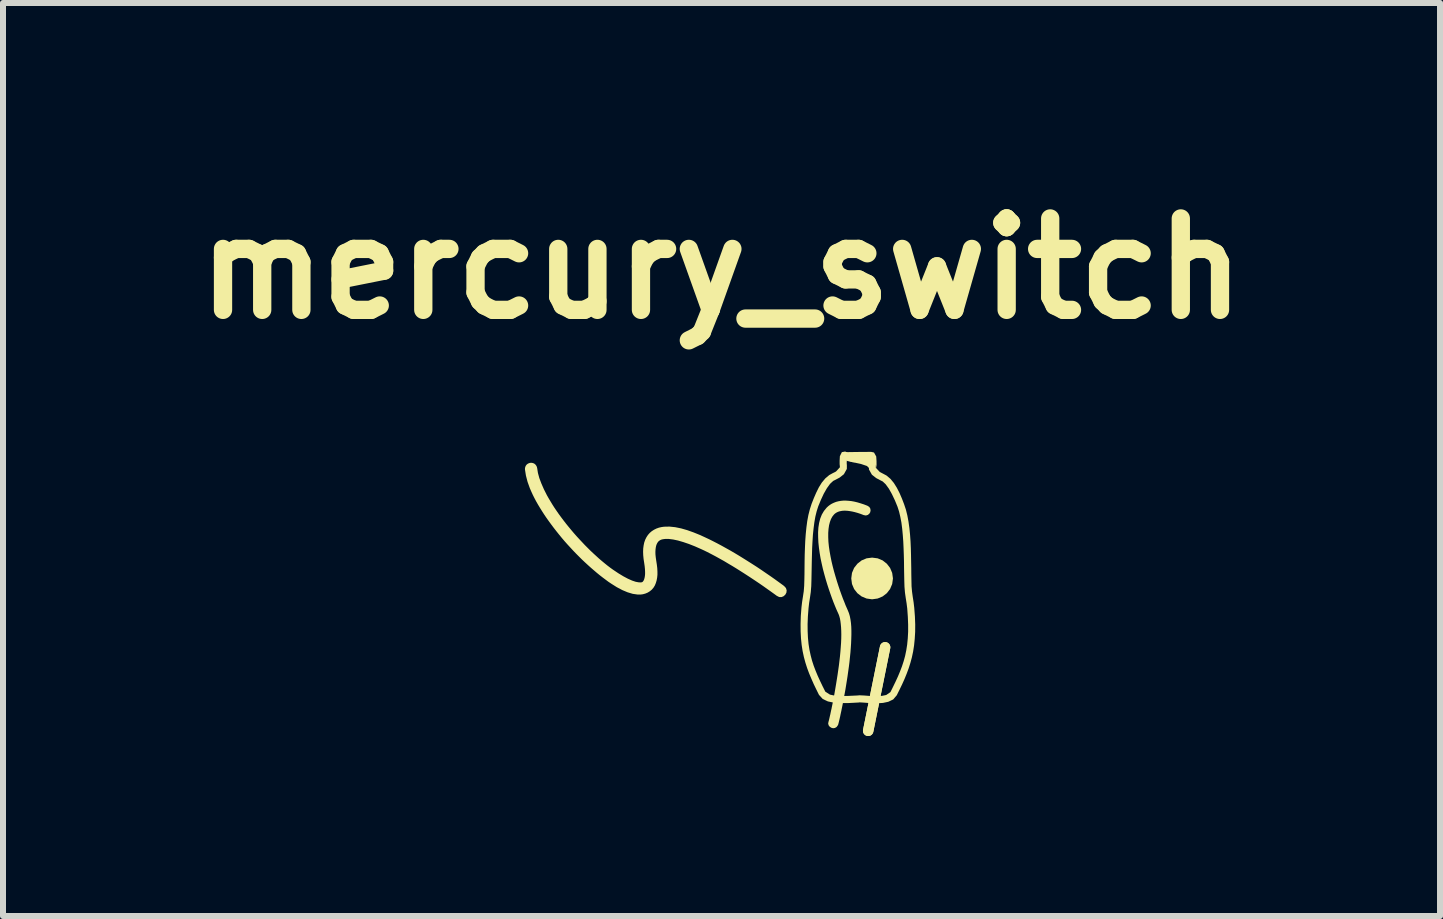
<source format=kicad_pcb>
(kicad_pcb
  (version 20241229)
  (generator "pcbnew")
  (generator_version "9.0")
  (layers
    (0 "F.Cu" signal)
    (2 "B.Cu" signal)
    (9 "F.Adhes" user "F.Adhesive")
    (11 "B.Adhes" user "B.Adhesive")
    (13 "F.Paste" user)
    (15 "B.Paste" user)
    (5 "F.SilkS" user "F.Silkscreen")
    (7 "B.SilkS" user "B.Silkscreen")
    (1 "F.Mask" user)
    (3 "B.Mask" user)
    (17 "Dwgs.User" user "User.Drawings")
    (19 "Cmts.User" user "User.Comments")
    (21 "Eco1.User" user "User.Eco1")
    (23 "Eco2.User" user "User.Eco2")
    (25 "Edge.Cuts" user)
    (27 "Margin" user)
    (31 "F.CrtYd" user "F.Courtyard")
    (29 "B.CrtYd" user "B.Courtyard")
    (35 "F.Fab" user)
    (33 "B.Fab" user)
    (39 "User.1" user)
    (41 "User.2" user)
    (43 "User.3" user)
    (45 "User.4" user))
  (footprint "mercury_switch"
    (layer "F.Cu")
    (at 8.977 6.803)
    (property "Reference" "mercury_switch" (at 0 -5.377 0) (layer "F.SilkS") (effects (font (size 1.524 1.524) (thickness 0.305))))
    (attr smd)
    (fp_line (start 2.445 2.329) (end 2.727 0.937) (stroke (width 0.174) (type solid)) (layer "F.SilkS"))
    (fp_line (start 2.727 0.937) (end 2.445 2.329) (stroke (width 0.174) (type solid)) (layer "F.SilkS"))
    (fp_poly (pts (xy 2.858 -0.211) (xy 2.845 -0.118) (xy 2.81 -0.035) (xy 2.756 0.035) (xy 2.686 0.089) (xy 2.603 0.124) (xy 2.51 0.137) (xy 2.418 0.124) (xy 2.335 0.089) (xy 2.265 0.035) (xy 2.21 -0.035) (xy 2.175 -0.118) (xy 2.163 -0.211) (xy 2.175 -0.303) (xy 2.21 -0.386) (xy 2.265 -0.456) (xy 2.335 -0.511) (xy 2.418 -0.546) (xy 2.51 -0.558) (xy 2.603 -0.546) (xy 2.686 -0.511) (xy 2.756 -0.456) (xy 2.81 -0.386) (xy 2.845 -0.303) (xy 2.858 -0.211)) (stroke (width 0) (type solid)) (fill yes) (layer "F.SilkS"))
    (fp_poly (pts (xy 2.06 -2.326) (xy 2.006 -2.316) (xy 1.973 -2.249) (xy 1.969 -2.174) (xy 1.969 -2.051) (xy 1.97 -2.082) (xy 1.973 -2.117) (xy 1.974 -2.064) (xy 1.908 -1.993) (xy 1.851 -1.964) (xy 1.796 -1.934) (xy 1.731 -1.879) (xy 1.673 -1.81) (xy 1.623 -1.73) (xy 1.579 -1.641) (xy 1.539 -1.549) (xy 1.502 -1.455) (xy 1.473 -1.365) (xy 1.448 -1.267) (xy 1.429 -1.165) (xy 1.415 -1.058) (xy 1.404 -0.948) (xy 1.396 -0.836) (xy 1.391 -0.723) (xy 1.387 -0.61) (xy 1.385 -0.498) (xy 1.384 -0.388) (xy 1.383 -0.282) (xy 1.381 -0.181) (xy 1.378 -0.086) (xy 1.371 0.002) (xy 1.358 0.089) (xy 1.344 0.178) (xy 1.333 0.271) (xy 1.322 0.415) (xy 1.318 0.549) (xy 1.319 0.673) (xy 1.325 0.789) (xy 1.336 0.897) (xy 1.352 1) (xy 1.373 1.098) (xy 1.398 1.191) (xy 1.427 1.282) (xy 1.46 1.371) (xy 1.497 1.459) (xy 1.536 1.548) (xy 1.579 1.637) (xy 1.625 1.73) (xy 1.688 1.799) (xy 1.773 1.839) (xy 1.869 1.859) (xy 1.97 1.867) (xy 2.103 1.867) (xy 2.218 1.861) (xy 2.291 1.857) (xy 2.345 1.827) (xy 2.345 1.77) (xy 2.291 1.739) (xy 2.207 1.743) (xy 2.097 1.748) (xy 1.974 1.749) (xy 1.884 1.742) (xy 1.808 1.726) (xy 1.731 1.677) (xy 1.685 1.586) (xy 1.643 1.498) (xy 1.604 1.413) (xy 1.569 1.329) (xy 1.537 1.245) (xy 1.509 1.159) (xy 1.486 1.071) (xy 1.466 0.979) (xy 1.451 0.882) (xy 1.441 0.779) (xy 1.436 0.669) (xy 1.435 0.55) (xy 1.44 0.422) (xy 1.451 0.282) (xy 1.461 0.195) (xy 1.475 0.107) (xy 1.488 0.016) (xy 1.496 -0.081) (xy 1.499 -0.179) (xy 1.501 -0.282) (xy 1.503 -0.388) (xy 1.505 -0.498) (xy 1.508 -0.61) (xy 1.511 -0.721) (xy 1.517 -0.832) (xy 1.524 -0.941) (xy 1.535 -1.047) (xy 1.548 -1.148) (xy 1.565 -1.244) (xy 1.587 -1.333) (xy 1.613 -1.414) (xy 1.657 -1.521) (xy 1.705 -1.624) (xy 1.757 -1.715) (xy 1.809 -1.787) (xy 1.861 -1.836) (xy 1.901 -1.856) (xy 1.969 -1.892) (xy 2.04 -1.948) (xy 2.089 -2.036) (xy 2.09 -2.131) (xy 2.087 -2.096) (xy 2.087 -2.051) (xy 2.087 -2.133) (xy 2.089 -2.183) (xy 2.183 -2.149) (xy 2.225 -2.15) (xy 2.227 -2.177) (xy 2.197 -2.22) (xy 2.147 -2.269) (xy 2.087 -2.316) (xy 2.06 -2.326)) (stroke (width 0) (type solid)) (fill yes) (layer "F.SilkS"))
    (fp_poly (pts (xy 2.493 -2.321) (xy 2.421 -2.32) (xy 2.275 -2.319) (xy 2.13 -2.317) (xy 2.062 -2.315) (xy 2.056 -2.199) (xy 2.026 -2.169) (xy 2.06 -2.185) (xy 2.103 -2.167) (xy 2.204 -2.145) (xy 2.324 -2.119) (xy 2.425 -2.085) (xy 2.467 -2.043) (xy 2.463 -2.089) (xy 2.456 -2.123) (xy 2.458 -2.027) (xy 2.507 -1.94) (xy 2.578 -1.884) (xy 2.646 -1.848) (xy 2.686 -1.828) (xy 2.737 -1.78) (xy 2.79 -1.707) (xy 2.841 -1.616) (xy 2.89 -1.513) (xy 2.934 -1.406) (xy 2.96 -1.325) (xy 2.981 -1.236) (xy 2.999 -1.141) (xy 3.012 -1.039) (xy 3.022 -0.933) (xy 3.03 -0.824) (xy 3.035 -0.714) (xy 3.039 -0.602) (xy 3.042 -0.49) (xy 3.043 -0.381) (xy 3.045 -0.274) (xy 3.047 -0.171) (xy 3.05 -0.073) (xy 3.058 0.024) (xy 3.071 0.115) (xy 3.085 0.203) (xy 3.096 0.29) (xy 3.106 0.43) (xy 3.111 0.559) (xy 3.111 0.677) (xy 3.105 0.788) (xy 3.095 0.891) (xy 3.08 0.987) (xy 3.061 1.079) (xy 3.037 1.167) (xy 3.009 1.253) (xy 2.977 1.337) (xy 2.942 1.421) (xy 2.903 1.506) (xy 2.861 1.593) (xy 2.816 1.684) (xy 2.746 1.732) (xy 2.678 1.746) (xy 2.598 1.752) (xy 2.487 1.749) (xy 2.384 1.741) (xy 2.303 1.737) (xy 2.25 1.767) (xy 2.25 1.824) (xy 2.303 1.855) (xy 2.371 1.859) (xy 2.477 1.867) (xy 2.599 1.87) (xy 2.692 1.864) (xy 2.781 1.845) (xy 2.862 1.806) (xy 2.921 1.737) (xy 2.967 1.645) (xy 3.01 1.556) (xy 3.05 1.467) (xy 3.086 1.379) (xy 3.119 1.29) (xy 3.148 1.199) (xy 3.173 1.106) (xy 3.194 1.008) (xy 3.21 0.906) (xy 3.221 0.797) (xy 3.228 0.681) (xy 3.229 0.557) (xy 3.224 0.424) (xy 3.213 0.28) (xy 3.202 0.186) (xy 3.188 0.097) (xy 3.176 0.01) (xy 3.168 -0.078) (xy 3.166 -0.173) (xy 3.164 -0.275) (xy 3.163 -0.381) (xy 3.161 -0.49) (xy 3.159 -0.602) (xy 3.156 -0.715) (xy 3.151 -0.828) (xy 3.143 -0.94) (xy 3.132 -1.05) (xy 3.117 -1.157) (xy 3.098 -1.26) (xy 3.074 -1.357) (xy 3.044 -1.447) (xy 3.008 -1.541) (xy 2.968 -1.634) (xy 2.923 -1.722) (xy 2.873 -1.802) (xy 2.816 -1.871) (xy 2.751 -1.926) (xy 2.695 -1.956) (xy 2.639 -1.985) (xy 2.572 -2.056) (xy 2.574 -2.109) (xy 2.58 -2.074) (xy 2.585 -2.043) (xy 2.584 -2.167) (xy 2.579 -2.244) (xy 2.542 -2.31) (xy 2.493 -2.321)) (stroke (width 0) (type solid)) (fill yes) (layer "F.SilkS"))
    (fp_poly (pts (xy 2.03 -1.508) (xy 1.989 -1.504) (xy 1.949 -1.497) (xy 1.91 -1.487) (xy 1.874 -1.473) (xy 1.84 -1.457) (xy 1.809 -1.438) (xy 1.78 -1.416) (xy 1.753 -1.391) (xy 1.708 -1.336) (xy 1.672 -1.275) (xy 1.645 -1.207) (xy 1.627 -1.135) (xy 1.615 -1.058) (xy 1.61 -0.978) (xy 1.611 -0.895) (xy 1.615 -0.81) (xy 1.624 -0.723) (xy 1.636 -0.636) (xy 1.651 -0.547) (xy 1.67 -0.458) (xy 1.69 -0.37) (xy 1.713 -0.283) (xy 1.737 -0.197) (xy 1.762 -0.114) (xy 1.788 -0.034) (xy 1.814 0.042) (xy 1.84 0.115) (xy 1.865 0.182) (xy 1.89 0.244) (xy 1.913 0.3) (xy 1.954 0.391) (xy 1.964 0.42) (xy 1.974 0.456) (xy 1.982 0.499) (xy 1.988 0.548) (xy 1.993 0.603) (xy 1.996 0.663) (xy 1.997 0.726) (xy 1.996 0.793) (xy 1.993 0.863) (xy 1.988 0.935) (xy 1.982 1.01) (xy 1.975 1.085) (xy 1.966 1.162) (xy 1.957 1.239) (xy 1.946 1.316) (xy 1.935 1.393) (xy 1.923 1.469) (xy 1.911 1.543) (xy 1.899 1.615) (xy 1.887 1.685) (xy 1.875 1.753) (xy 1.862 1.817) (xy 1.851 1.877) (xy 1.839 1.933) (xy 1.834 1.96) (xy 1.828 1.985) (xy 1.823 2.009) (xy 1.818 2.032) (xy 1.814 2.053) (xy 1.809 2.073) (xy 1.805 2.091) (xy 1.801 2.107) (xy 1.8 2.115) (xy 1.798 2.122) (xy 1.796 2.129) (xy 1.795 2.136) (xy 1.793 2.142) (xy 1.792 2.147) (xy 1.791 2.152) (xy 1.79 2.156) (xy 1.789 2.158) (xy 1.789 2.16) (xy 1.788 2.162) (xy 1.788 2.164) (xy 1.787 2.165) (xy 1.787 2.166) (xy 1.786 2.168) (xy 1.786 2.169) (xy 1.778 2.205) (xy 1.785 2.236) (xy 1.804 2.261) (xy 1.83 2.278) (xy 1.86 2.286) (xy 1.89 2.282) (xy 1.918 2.266) (xy 1.94 2.236) (xy 1.942 2.231) (xy 1.944 2.226) (xy 1.946 2.223) (xy 1.946 2.221) (xy 1.947 2.219) (xy 1.947 2.218) (xy 1.947 2.217) (xy 1.947 2.215) (xy 1.948 2.213) (xy 1.949 2.211) (xy 1.949 2.209) (xy 1.95 2.207) (xy 1.95 2.205) (xy 1.951 2.203) (xy 1.951 2.201) (xy 1.952 2.198) (xy 1.953 2.193) (xy 1.955 2.187) (xy 1.956 2.181) (xy 1.958 2.175) (xy 1.959 2.168) (xy 1.961 2.161) (xy 1.963 2.153) (xy 1.965 2.145) (xy 1.969 2.128) (xy 1.973 2.109) (xy 1.978 2.089) (xy 1.982 2.067) (xy 1.987 2.044) (xy 1.992 2.02) (xy 1.998 1.994) (xy 2.003 1.967) (xy 2.015 1.91) (xy 2.027 1.849) (xy 2.039 1.784) (xy 2.052 1.715) (xy 2.065 1.644) (xy 2.077 1.57) (xy 2.089 1.495) (xy 2.101 1.418) (xy 2.112 1.339) (xy 2.123 1.261) (xy 2.133 1.182) (xy 2.141 1.103) (xy 2.149 1.025) (xy 2.155 0.948) (xy 2.16 0.872) (xy 2.163 0.799) (xy 2.165 0.728) (xy 2.165 0.659) (xy 2.163 0.594) (xy 2.158 0.532) (xy 2.15 0.474) (xy 2.139 0.418) (xy 2.124 0.367) (xy 2.105 0.32) (xy 2.068 0.236) (xy 2.047 0.182) (xy 2.023 0.123) (xy 1.999 0.058) (xy 1.974 -0.012) (xy 1.949 -0.086) (xy 1.924 -0.164) (xy 1.9 -0.244) (xy 1.876 -0.327) (xy 1.854 -0.411) (xy 1.834 -0.495) (xy 1.817 -0.579) (xy 1.802 -0.662) (xy 1.79 -0.744) (xy 1.782 -0.823) (xy 1.779 -0.899) (xy 1.779 -0.97) (xy 1.784 -1.037) (xy 1.793 -1.098) (xy 1.807 -1.152) (xy 1.825 -1.201) (xy 1.847 -1.241) (xy 1.873 -1.274) (xy 1.887 -1.288) (xy 1.903 -1.3) (xy 1.921 -1.311) (xy 1.94 -1.32) (xy 1.961 -1.328) (xy 1.984 -1.333) (xy 2.01 -1.338) (xy 2.038 -1.34) (xy 2.069 -1.34) (xy 2.103 -1.338) (xy 2.14 -1.333) (xy 2.18 -1.326) (xy 2.223 -1.316) (xy 2.269 -1.303) (xy 2.318 -1.287) (xy 2.37 -1.267) (xy 2.406 -1.26) (xy 2.438 -1.269) (xy 2.462 -1.288) (xy 2.479 -1.314) (xy 2.485 -1.345) (xy 2.48 -1.376) (xy 2.463 -1.403) (xy 2.431 -1.423) (xy 2.374 -1.445) (xy 2.318 -1.463) (xy 2.265 -1.479) (xy 2.215 -1.491) (xy 2.166 -1.5) (xy 2.119 -1.505) (xy 2.074 -1.508) (xy 2.03 -1.508)) (stroke (width 0) (type solid)) (fill yes) (layer "F.SilkS"))
    (fp_poly (pts (xy -3.175 -2.139) (xy -3.197 -2.136) (xy -3.217 -2.129) (xy -3.235 -2.119) (xy -3.251 -2.105) (xy -3.263 -2.088) (xy -3.271 -2.069) (xy -3.276 -2.048) (xy -3.276 -2.026) (xy -3.26 -1.925) (xy -3.233 -1.821) (xy -3.195 -1.715) (xy -3.172 -1.662) (xy -3.147 -1.607) (xy -3.12 -1.553) (xy -3.091 -1.498) (xy -3.059 -1.442) (xy -3.026 -1.387) (xy -2.991 -1.331) (xy -2.955 -1.275) (xy -2.917 -1.219) (xy -2.877 -1.163) (xy -2.836 -1.107) (xy -2.794 -1.051) (xy -2.751 -0.996) (xy -2.707 -0.941) (xy -2.662 -0.886) (xy -2.616 -0.832) (xy -2.569 -0.779) (xy -2.521 -0.727) (xy -2.473 -0.675) (xy -2.424 -0.624) (xy -2.375 -0.575) (xy -2.326 -0.526) (xy -2.276 -0.479) (xy -2.226 -0.433) (xy -2.177 -0.389) (xy -2.127 -0.346) (xy -2.078 -0.304) (xy -2.029 -0.264) (xy -1.98 -0.226) (xy -1.932 -0.19) (xy -1.885 -0.155) (xy -1.837 -0.123) (xy -1.745 -0.065) (xy -1.654 -0.017) (xy -1.566 0.02) (xy -1.479 0.046) (xy -1.395 0.058) (xy -1.353 0.058) (xy -1.312 0.053) (xy -1.271 0.042) (xy -1.232 0.026) (xy -1.196 0.004) (xy -1.163 -0.023) (xy -1.135 -0.055) (xy -1.112 -0.092) (xy -1.095 -0.133) (xy -1.082 -0.176) (xy -1.073 -0.223) (xy -1.068 -0.272) (xy -1.068 -0.325) (xy -1.071 -0.382) (xy -1.078 -0.442) (xy -1.088 -0.506) (xy -1.096 -0.561) (xy -1.101 -0.61) (xy -1.102 -0.653) (xy -1.1 -0.692) (xy -1.096 -0.725) (xy -1.09 -0.754) (xy -1.082 -0.778) (xy -1.073 -0.797) (xy -1.063 -0.813) (xy -1.052 -0.827) (xy -1.039 -0.838) (xy -1.024 -0.848) (xy -1.008 -0.856) (xy -0.988 -0.862) (xy -0.965 -0.866) (xy -0.939 -0.869) (xy -0.878 -0.869) (xy -0.806 -0.86) (xy -0.726 -0.843) (xy -0.637 -0.817) (xy -0.543 -0.785) (xy -0.444 -0.746) (xy -0.342 -0.701) (xy -0.29 -0.677) (xy -0.237 -0.651) (xy -0.167 -0.615) (xy -0.097 -0.578) (xy -0.027 -0.539) (xy 0.043 -0.5) (xy 0.111 -0.459) (xy 0.179 -0.419) (xy 0.246 -0.378) (xy 0.311 -0.337) (xy 0.374 -0.297) (xy 0.465 -0.238) (xy 0.551 -0.181) (xy 0.63 -0.128) (xy 0.701 -0.079) (xy 0.764 -0.034) (xy 0.818 0.004) (xy 0.893 0.058) (xy 0.92 0.078) (xy 0.961 0.099) (xy 1.001 0.1) (xy 1.036 0.085) (xy 1.064 0.059) (xy 1.082 0.025) (xy 1.086 -0.013) (xy 1.074 -0.051) (xy 1.043 -0.085) (xy 1.016 -0.105) (xy 0.939 -0.161) (xy 0.885 -0.2) (xy 0.821 -0.245) (xy 0.748 -0.295) (xy 0.668 -0.35) (xy 0.581 -0.408) (xy 0.487 -0.468) (xy 0.422 -0.509) (xy 0.355 -0.551) (xy 0.287 -0.593) (xy 0.217 -0.635) (xy 0.145 -0.677) (xy 0.073 -0.717) (xy 0.001 -0.757) (xy -0.072 -0.796) (xy -0.146 -0.834) (xy -0.2 -0.861) (xy -0.255 -0.887) (xy -0.309 -0.912) (xy -0.362 -0.936) (xy -0.416 -0.958) (xy -0.468 -0.979) (xy -0.572 -1.016) (xy -0.673 -1.045) (xy -0.771 -1.065) (xy -0.866 -1.075) (xy -0.957 -1.073) (xy -1.001 -1.067) (xy -1.044 -1.057) (xy -1.086 -1.042) (xy -1.126 -1.022) (xy -1.163 -0.998) (xy -1.196 -0.97) (xy -1.226 -0.936) (xy -1.251 -0.898) (xy -1.272 -0.856) (xy -1.288 -0.81) (xy -1.298 -0.762) (xy -1.305 -0.711) (xy -1.307 -0.656) (xy -1.305 -0.598) (xy -1.299 -0.536) (xy -1.289 -0.471) (xy -1.281 -0.416) (xy -1.276 -0.366) (xy -1.274 -0.322) (xy -1.274 -0.284) (xy -1.277 -0.251) (xy -1.282 -0.223) (xy -1.288 -0.201) (xy -1.294 -0.184) (xy -1.301 -0.172) (xy -1.308 -0.162) (xy -1.315 -0.154) (xy -1.323 -0.149) (xy -1.333 -0.146) (xy -1.346 -0.145) (xy -1.361 -0.145) (xy -1.381 -0.146) (xy -1.43 -0.155) (xy -1.49 -0.175) (xy -1.56 -0.206) (xy -1.637 -0.247) (xy -1.721 -0.298) (xy -1.809 -0.357) (xy -1.855 -0.39) (xy -1.901 -0.425) (xy -1.948 -0.463) (xy -1.995 -0.502) (xy -2.042 -0.542) (xy -2.089 -0.585) (xy -2.136 -0.628) (xy -2.184 -0.673) (xy -2.231 -0.72) (xy -2.278 -0.767) (xy -2.324 -0.816) (xy -2.37 -0.865) (xy -2.416 -0.915) (xy -2.461 -0.966) (xy -2.505 -1.018) (xy -2.548 -1.07) (xy -2.591 -1.123) (xy -2.632 -1.176) (xy -2.672 -1.229) (xy -2.711 -1.282) (xy -2.748 -1.335) (xy -2.784 -1.388) (xy -2.818 -1.441) (xy -2.85 -1.494) (xy -2.881 -1.546) (xy -2.91 -1.597) (xy -2.961 -1.698) (xy -3.003 -1.794) (xy -3.037 -1.884) (xy -3.06 -1.969) (xy -3.072 -2.045) (xy -3.076 -2.064) (xy -3.083 -2.082) (xy -3.093 -2.098) (xy -3.105 -2.112) (xy -3.12 -2.124) (xy -3.137 -2.132) (xy -3.156 -2.137) (xy -3.175 -2.139)) (stroke (width 0) (type solid)) (fill yes) (layer "F.SilkS")))
  (gr_rect
    (start -3 -3)
    (end 20.954 12.219)
    (stroke (width 0.1) (type default))
    (fill no)
    (layer "Edge.Cuts")))
</source>
